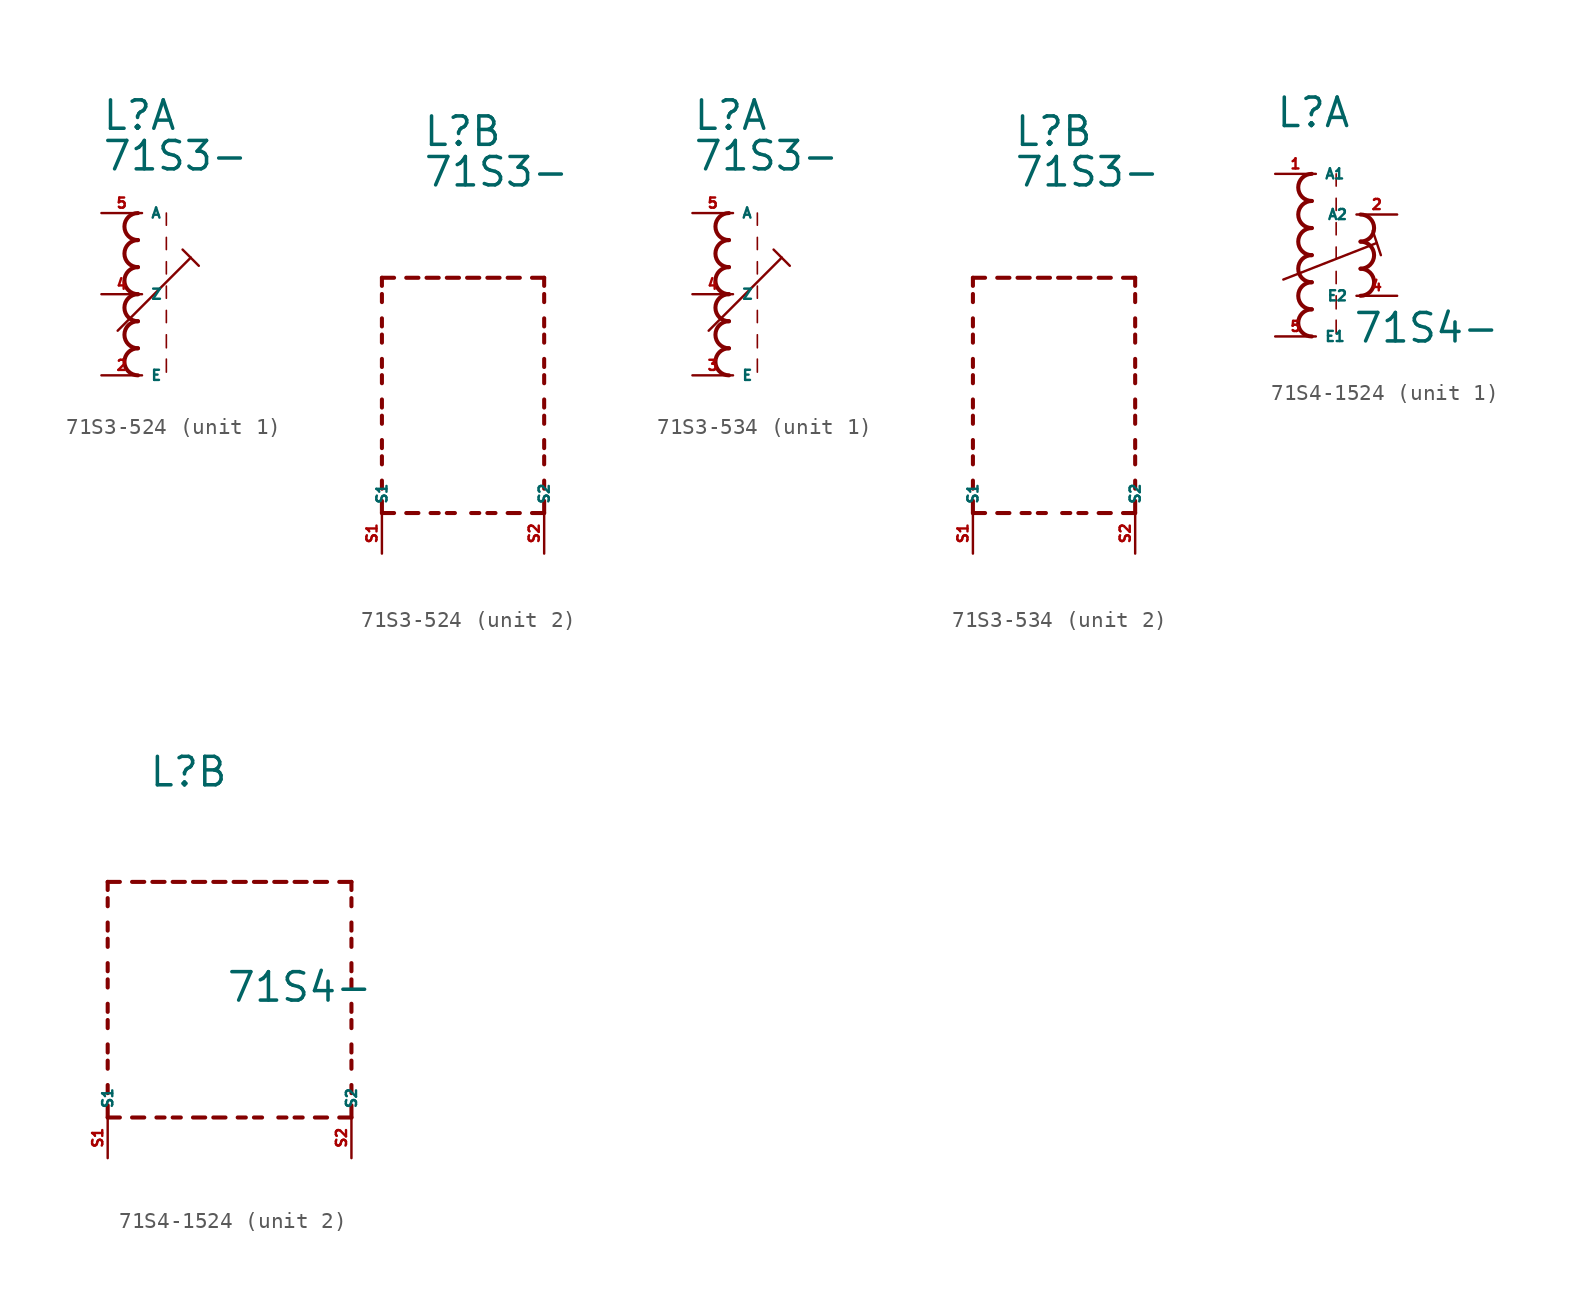
<source format=kicad_sym>
(kicad_symbol_lib
  (version 20220914)
  (generator kicad_symbol_editor)
  (symbol "71S3-524"
    (property "Reference" "L"
      (at -2.54 10.16 0)
      (effects (font (size 1.778 1.778) (thickness 0.22)) (justify left bottom)))
    (property "Value" "71S3-"
      (at -2.54 7.62 0)
      (effects (font (size 1.778 1.778) (thickness 0.22)) (justify left bottom)))
    (symbol "71S3-524_1_0"
      (arc (start -0.254 -3.3866) (mid -1.1004 -4.2333) (end -0.254 -5.08) (stroke (width 0.254) (type default)) (fill (type none)))
      (arc (start -0.254 -1.6932) (mid -1.1004 -2.5399) (end -0.254 -3.3866) (stroke (width 0.254) (type default)) (fill (type none)))
      (arc (start -0.254 0) (mid -1.1004 -0.8467) (end -0.254 -1.6934) (stroke (width 0.254) (type default)) (fill (type none)))
      (arc (start -0.254 1.6934) (mid -1.1004 0.8467) (end -0.254 0) (stroke (width 0.254) (type default)) (fill (type none)))
      (arc (start -0.254 3.3866) (mid -1.1002 2.54) (end -0.254 1.6934) (stroke (width 0.254) (type default)) (fill (type none)))
      (arc (start -0.254 5.08) (mid -1.1004 4.2333) (end -0.254 3.3866) (stroke (width 0.254) (type default)) (fill (type none)))
      (polyline (pts (xy -1.524 -2.286) (xy 3.048 2.286)) (stroke (width 0.152) (type default)) (fill (type none)))
      (polyline (pts (xy 1.524 -4.064) (xy 1.524 -4.88)) (stroke (width 0.102) (type default)) (fill (type none)))
      (polyline (pts (xy 1.524 -2.54) (xy 1.524 -3.356)) (stroke (width 0.102) (type default)) (fill (type none)))
      (polyline (pts (xy 1.524 -1.016) (xy 1.524 -1.778)) (stroke (width 0.102) (type default)) (fill (type none)))
      (polyline (pts (xy 1.524 0.508) (xy 1.524 -0.254)) (stroke (width 0.102) (type default)) (fill (type none)))
      (polyline (pts (xy 1.524 2.032) (xy 1.524 1.27)) (stroke (width 0.102) (type default)) (fill (type none)))
      (polyline (pts (xy 1.524 3.556) (xy 1.524 2.794)) (stroke (width 0.102) (type default)) (fill (type none)))
      (polyline (pts (xy 1.524 5.08) (xy 1.524 4.318)) (stroke (width 0.102) (type default)) (fill (type none)))
      (polyline (pts (xy 2.54 2.794) (xy 3.048 2.286)) (stroke (width 0.152) (type default)) (fill (type none)))
      (polyline (pts (xy 3.048 2.286) (xy 3.556 1.778)) (stroke (width 0.152) (type default)) (fill (type none)))
      (pin passive line (at -2.54 -5.08 0) (length 2.54) (name "E" (effects (font (size 0.635 0.635)))) (number "2" (effects (font (size 0.635 0.635)))))
      (pin passive line (at -2.54 0 0) (length 2.54) (name "Z" (effects (font (size 0.635 0.635)))) (number "4" (effects (font (size 0.635 0.635)))))
      (pin passive line (at -2.54 5.08 0) (length 2.54) (name "A" (effects (font (size 0.635 0.635)))) (number "5" (effects (font (size 0.635 0.635))))))
    (symbol "71S3-524_2_0"
      (polyline (pts (xy -5.08 -12.7) (xy -5.08 -11.938)) (stroke (width 0.254) (type default)) (fill (type none)))
      (polyline (pts (xy -5.08 -12.7) (xy -4.318 -12.7)) (stroke (width 0.254) (type default)) (fill (type none)))
      (polyline (pts (xy -5.08 -11.176) (xy -5.08 -10.668)) (stroke (width 0.254) (type default)) (fill (type none)))
      (polyline (pts (xy -5.08 -9.652) (xy -5.08 -9.144)) (stroke (width 0.254) (type default)) (fill (type none)))
      (polyline (pts (xy -5.08 -8.636) (xy -5.08 -8.128)) (stroke (width 0.254) (type default)) (fill (type none)))
      (polyline (pts (xy -5.08 -7.112) (xy -5.08 -6.604)) (stroke (width 0.254) (type default)) (fill (type none)))
      (polyline (pts (xy -5.08 -6.096) (xy -5.08 -5.588)) (stroke (width 0.254) (type default)) (fill (type none)))
      (polyline (pts (xy -5.08 -4.572) (xy -5.08 -4.064)) (stroke (width 0.254) (type default)) (fill (type none)))
      (polyline (pts (xy -5.08 -3.556) (xy -5.08 -3.048)) (stroke (width 0.254) (type default)) (fill (type none)))
      (polyline (pts (xy -5.08 -2.032) (xy -5.08 -1.524)) (stroke (width 0.254) (type default)) (fill (type none)))
      (polyline (pts (xy -5.08 -1.016) (xy -5.08 -0.508)) (stroke (width 0.254) (type default)) (fill (type none)))
      (polyline (pts (xy -5.08 0.508) (xy -5.08 1.016)) (stroke (width 0.254) (type default)) (fill (type none)))
      (polyline (pts (xy -5.08 1.524) (xy -5.08 2.032)) (stroke (width 0.254) (type default)) (fill (type none)))
      (polyline (pts (xy -5.08 2.032) (xy -4.318 2.032)) (stroke (width 0.254) (type default)) (fill (type none)))
      (polyline (pts (xy -3.556 -12.7) (xy -2.794 -12.7)) (stroke (width 0.254) (type default)) (fill (type none)))
      (polyline (pts (xy -3.556 2.032) (xy -2.794 2.032)) (stroke (width 0.254) (type default)) (fill (type none)))
      (polyline (pts (xy -1.524 -12.7) (xy -2.032 -12.7)) (stroke (width 0.254) (type default)) (fill (type none)))
      (polyline (pts (xy -1.524 2.032) (xy -2.286 2.032)) (stroke (width 0.254) (type default)) (fill (type none)))
      (polyline (pts (xy -1.016 2.032) (xy -0.254 2.032)) (stroke (width 0.254) (type default)) (fill (type none)))
      (polyline (pts (xy -0.508 -12.7) (xy -1.016 -12.7)) (stroke (width 0.254) (type default)) (fill (type none)))
      (polyline (pts (xy 1.016 -12.7) (xy 0.508 -12.7)) (stroke (width 0.254) (type default)) (fill (type none)))
      (polyline (pts (xy 1.016 2.032) (xy 0.254 2.032)) (stroke (width 0.254) (type default)) (fill (type none)))
      (polyline (pts (xy 1.524 2.032) (xy 2.286 2.032)) (stroke (width 0.254) (type default)) (fill (type none)))
      (polyline (pts (xy 2.032 -12.7) (xy 1.524 -12.7)) (stroke (width 0.254) (type default)) (fill (type none)))
      (polyline (pts (xy 3.556 -12.7) (xy 2.794 -12.7)) (stroke (width 0.254) (type default)) (fill (type none)))
      (polyline (pts (xy 3.556 2.032) (xy 2.794 2.032)) (stroke (width 0.254) (type default)) (fill (type none)))
      (polyline (pts (xy 5.08 -12.7) (xy 4.318 -12.7)) (stroke (width 0.254) (type default)) (fill (type none)))
      (polyline (pts (xy 5.08 -12.7) (xy 5.08 -11.938)) (stroke (width 0.254) (type default)) (fill (type none)))
      (polyline (pts (xy 5.08 -11.176) (xy 5.08 -10.668)) (stroke (width 0.254) (type default)) (fill (type none)))
      (polyline (pts (xy 5.08 -9.652) (xy 5.08 -9.144)) (stroke (width 0.254) (type default)) (fill (type none)))
      (polyline (pts (xy 5.08 -8.636) (xy 5.08 -8.128)) (stroke (width 0.254) (type default)) (fill (type none)))
      (polyline (pts (xy 5.08 -7.112) (xy 5.08 -6.604)) (stroke (width 0.254) (type default)) (fill (type none)))
      (polyline (pts (xy 5.08 -6.096) (xy 5.08 -5.588)) (stroke (width 0.254) (type default)) (fill (type none)))
      (polyline (pts (xy 5.08 -4.572) (xy 5.08 -4.064)) (stroke (width 0.254) (type default)) (fill (type none)))
      (polyline (pts (xy 5.08 -3.556) (xy 5.08 -3.048)) (stroke (width 0.254) (type default)) (fill (type none)))
      (polyline (pts (xy 5.08 -2.032) (xy 5.08 -1.524)) (stroke (width 0.254) (type default)) (fill (type none)))
      (polyline (pts (xy 5.08 -1.016) (xy 5.08 -0.508)) (stroke (width 0.254) (type default)) (fill (type none)))
      (polyline (pts (xy 5.08 0.508) (xy 5.08 1.016)) (stroke (width 0.254) (type default)) (fill (type none)))
      (polyline (pts (xy 5.08 1.524) (xy 5.08 2.032)) (stroke (width 0.254) (type default)) (fill (type none)))
      (polyline (pts (xy 5.08 2.032) (xy 4.318 2.032)) (stroke (width 0.254) (type default)) (fill (type none)))
      (pin passive line (at -5.08 -15.24 90) (length 2.54) (name "S1" (effects (font (size 0.635 0.635)))) (number "S1" (effects (font (size 0.635 0.635)))))
      (pin passive line (at 5.08 -15.24 90) (length 2.54) (name "S2" (effects (font (size 0.635 0.635)))) (number "S2" (effects (font (size 0.635 0.635)))))))
  (symbol "71S3-534"
    (property "Reference" "L"
      (at -2.54 10.16 0)
      (effects (font (size 1.778 1.778) (thickness 0.22)) (justify left bottom)))
    (property "Value" "71S3-"
      (at -2.54 7.62 0)
      (effects (font (size 1.778 1.778) (thickness 0.22)) (justify left bottom)))
    (symbol "71S3-534_1_0"
      (arc (start -0.254 -3.3866) (mid -1.1004 -4.2333) (end -0.254 -5.08) (stroke (width 0.254) (type default)) (fill (type none)))
      (arc (start -0.254 -1.6932) (mid -1.1004 -2.5399) (end -0.254 -3.3866) (stroke (width 0.254) (type default)) (fill (type none)))
      (arc (start -0.254 0) (mid -1.1004 -0.8467) (end -0.254 -1.6934) (stroke (width 0.254) (type default)) (fill (type none)))
      (arc (start -0.254 1.6934) (mid -1.1004 0.8467) (end -0.254 0) (stroke (width 0.254) (type default)) (fill (type none)))
      (arc (start -0.254 3.3866) (mid -1.1002 2.54) (end -0.254 1.6934) (stroke (width 0.254) (type default)) (fill (type none)))
      (arc (start -0.254 5.08) (mid -1.1004 4.2333) (end -0.254 3.3866) (stroke (width 0.254) (type default)) (fill (type none)))
      (polyline (pts (xy -1.524 -2.286) (xy 3.048 2.286)) (stroke (width 0.152) (type default)) (fill (type none)))
      (polyline (pts (xy 1.524 -4.064) (xy 1.524 -4.88)) (stroke (width 0.102) (type default)) (fill (type none)))
      (polyline (pts (xy 1.524 -2.54) (xy 1.524 -3.356)) (stroke (width 0.102) (type default)) (fill (type none)))
      (polyline (pts (xy 1.524 -1.016) (xy 1.524 -1.778)) (stroke (width 0.102) (type default)) (fill (type none)))
      (polyline (pts (xy 1.524 0.508) (xy 1.524 -0.254)) (stroke (width 0.102) (type default)) (fill (type none)))
      (polyline (pts (xy 1.524 2.032) (xy 1.524 1.27)) (stroke (width 0.102) (type default)) (fill (type none)))
      (polyline (pts (xy 1.524 3.556) (xy 1.524 2.794)) (stroke (width 0.102) (type default)) (fill (type none)))
      (polyline (pts (xy 1.524 5.08) (xy 1.524 4.318)) (stroke (width 0.102) (type default)) (fill (type none)))
      (polyline (pts (xy 2.54 2.794) (xy 3.048 2.286)) (stroke (width 0.152) (type default)) (fill (type none)))
      (polyline (pts (xy 3.048 2.286) (xy 3.556 1.778)) (stroke (width 0.152) (type default)) (fill (type none)))
      (pin passive line (at -2.54 -5.08 0) (length 2.54) (name "E" (effects (font (size 0.635 0.635)))) (number "3" (effects (font (size 0.635 0.635)))))
      (pin passive line (at -2.54 0 0) (length 2.54) (name "Z" (effects (font (size 0.635 0.635)))) (number "4" (effects (font (size 0.635 0.635)))))
      (pin passive line (at -2.54 5.08 0) (length 2.54) (name "A" (effects (font (size 0.635 0.635)))) (number "5" (effects (font (size 0.635 0.635))))))
    (symbol "71S3-534_2_0"
      (polyline (pts (xy -5.08 -12.7) (xy -5.08 -11.938)) (stroke (width 0.254) (type default)) (fill (type none)))
      (polyline (pts (xy -5.08 -12.7) (xy -4.318 -12.7)) (stroke (width 0.254) (type default)) (fill (type none)))
      (polyline (pts (xy -5.08 -11.176) (xy -5.08 -10.668)) (stroke (width 0.254) (type default)) (fill (type none)))
      (polyline (pts (xy -5.08 -9.652) (xy -5.08 -9.144)) (stroke (width 0.254) (type default)) (fill (type none)))
      (polyline (pts (xy -5.08 -8.636) (xy -5.08 -8.128)) (stroke (width 0.254) (type default)) (fill (type none)))
      (polyline (pts (xy -5.08 -7.112) (xy -5.08 -6.604)) (stroke (width 0.254) (type default)) (fill (type none)))
      (polyline (pts (xy -5.08 -6.096) (xy -5.08 -5.588)) (stroke (width 0.254) (type default)) (fill (type none)))
      (polyline (pts (xy -5.08 -4.572) (xy -5.08 -4.064)) (stroke (width 0.254) (type default)) (fill (type none)))
      (polyline (pts (xy -5.08 -3.556) (xy -5.08 -3.048)) (stroke (width 0.254) (type default)) (fill (type none)))
      (polyline (pts (xy -5.08 -2.032) (xy -5.08 -1.524)) (stroke (width 0.254) (type default)) (fill (type none)))
      (polyline (pts (xy -5.08 -1.016) (xy -5.08 -0.508)) (stroke (width 0.254) (type default)) (fill (type none)))
      (polyline (pts (xy -5.08 0.508) (xy -5.08 1.016)) (stroke (width 0.254) (type default)) (fill (type none)))
      (polyline (pts (xy -5.08 1.524) (xy -5.08 2.032)) (stroke (width 0.254) (type default)) (fill (type none)))
      (polyline (pts (xy -5.08 2.032) (xy -4.318 2.032)) (stroke (width 0.254) (type default)) (fill (type none)))
      (polyline (pts (xy -3.556 -12.7) (xy -2.794 -12.7)) (stroke (width 0.254) (type default)) (fill (type none)))
      (polyline (pts (xy -3.556 2.032) (xy -2.794 2.032)) (stroke (width 0.254) (type default)) (fill (type none)))
      (polyline (pts (xy -1.524 -12.7) (xy -2.032 -12.7)) (stroke (width 0.254) (type default)) (fill (type none)))
      (polyline (pts (xy -1.524 2.032) (xy -2.286 2.032)) (stroke (width 0.254) (type default)) (fill (type none)))
      (polyline (pts (xy -1.016 2.032) (xy -0.254 2.032)) (stroke (width 0.254) (type default)) (fill (type none)))
      (polyline (pts (xy -0.508 -12.7) (xy -1.016 -12.7)) (stroke (width 0.254) (type default)) (fill (type none)))
      (polyline (pts (xy 1.016 -12.7) (xy 0.508 -12.7)) (stroke (width 0.254) (type default)) (fill (type none)))
      (polyline (pts (xy 1.016 2.032) (xy 0.254 2.032)) (stroke (width 0.254) (type default)) (fill (type none)))
      (polyline (pts (xy 1.524 2.032) (xy 2.286 2.032)) (stroke (width 0.254) (type default)) (fill (type none)))
      (polyline (pts (xy 2.032 -12.7) (xy 1.524 -12.7)) (stroke (width 0.254) (type default)) (fill (type none)))
      (polyline (pts (xy 3.556 -12.7) (xy 2.794 -12.7)) (stroke (width 0.254) (type default)) (fill (type none)))
      (polyline (pts (xy 3.556 2.032) (xy 2.794 2.032)) (stroke (width 0.254) (type default)) (fill (type none)))
      (polyline (pts (xy 5.08 -12.7) (xy 4.318 -12.7)) (stroke (width 0.254) (type default)) (fill (type none)))
      (polyline (pts (xy 5.08 -12.7) (xy 5.08 -11.938)) (stroke (width 0.254) (type default)) (fill (type none)))
      (polyline (pts (xy 5.08 -11.176) (xy 5.08 -10.668)) (stroke (width 0.254) (type default)) (fill (type none)))
      (polyline (pts (xy 5.08 -9.652) (xy 5.08 -9.144)) (stroke (width 0.254) (type default)) (fill (type none)))
      (polyline (pts (xy 5.08 -8.636) (xy 5.08 -8.128)) (stroke (width 0.254) (type default)) (fill (type none)))
      (polyline (pts (xy 5.08 -7.112) (xy 5.08 -6.604)) (stroke (width 0.254) (type default)) (fill (type none)))
      (polyline (pts (xy 5.08 -6.096) (xy 5.08 -5.588)) (stroke (width 0.254) (type default)) (fill (type none)))
      (polyline (pts (xy 5.08 -4.572) (xy 5.08 -4.064)) (stroke (width 0.254) (type default)) (fill (type none)))
      (polyline (pts (xy 5.08 -3.556) (xy 5.08 -3.048)) (stroke (width 0.254) (type default)) (fill (type none)))
      (polyline (pts (xy 5.08 -2.032) (xy 5.08 -1.524)) (stroke (width 0.254) (type default)) (fill (type none)))
      (polyline (pts (xy 5.08 -1.016) (xy 5.08 -0.508)) (stroke (width 0.254) (type default)) (fill (type none)))
      (polyline (pts (xy 5.08 0.508) (xy 5.08 1.016)) (stroke (width 0.254) (type default)) (fill (type none)))
      (polyline (pts (xy 5.08 1.524) (xy 5.08 2.032)) (stroke (width 0.254) (type default)) (fill (type none)))
      (polyline (pts (xy 5.08 2.032) (xy 4.318 2.032)) (stroke (width 0.254) (type default)) (fill (type none)))
      (pin passive line (at -5.08 -15.24 90) (length 2.54) (name "S1" (effects (font (size 0.635 0.635)))) (number "S1" (effects (font (size 0.635 0.635)))))
      (pin passive line (at 5.08 -15.24 90) (length 2.54) (name "S2" (effects (font (size 0.635 0.635)))) (number "S2" (effects (font (size 0.635 0.635)))))))
  (symbol "71S4-1524"
    (property "Reference" "L"
      (at -2.54 7.874 0)
      (effects (font (size 1.778 1.778) (thickness 0.22)) (justify left bottom)))
    (property "Value" "71S4-"
      (at 2.286 -5.588 0)
      (effects (font (size 1.778 1.778) (thickness 0.22)) (justify left bottom)))
    (symbol "71S4-1524_1_0"
      (arc (start -0.254 -3.3866) (mid -1.1004 -4.2333) (end -0.254 -5.08) (stroke (width 0.254) (type default)) (fill (type none)))
      (arc (start -0.254 -1.6932) (mid -1.1004 -2.5399) (end -0.254 -3.3866) (stroke (width 0.254) (type default)) (fill (type none)))
      (arc (start -0.254 0) (mid -1.1004 -0.8467) (end -0.254 -1.6934) (stroke (width 0.254) (type default)) (fill (type none)))
      (arc (start -0.254 1.6934) (mid -1.1004 0.8467) (end -0.254 0) (stroke (width 0.254) (type default)) (fill (type none)))
      (arc (start -0.254 3.3866) (mid -1.1002 2.54) (end -0.254 1.6934) (stroke (width 0.254) (type default)) (fill (type none)))
      (arc (start -0.254 5.08) (mid -1.1004 4.2333) (end -0.254 3.3866) (stroke (width 0.254) (type default)) (fill (type none)))
      (polyline (pts (xy -2.032 -1.524) (xy 3.81 0.762)) (stroke (width 0.152) (type default)) (fill (type none)))
      (polyline (pts (xy 1.27 -4.064) (xy 1.27 -4.88)) (stroke (width 0.102) (type default)) (fill (type none)))
      (polyline (pts (xy 1.27 -2.54) (xy 1.27 -3.356)) (stroke (width 0.102) (type default)) (fill (type none)))
      (polyline (pts (xy 1.27 -1.016) (xy 1.27 -1.778)) (stroke (width 0.102) (type default)) (fill (type none)))
      (polyline (pts (xy 1.27 0.508) (xy 1.27 -0.254)) (stroke (width 0.102) (type default)) (fill (type none)))
      (polyline (pts (xy 1.27 2.032) (xy 1.27 1.27)) (stroke (width 0.102) (type default)) (fill (type none)))
      (polyline (pts (xy 1.27 3.556) (xy 1.27 2.794)) (stroke (width 0.102) (type default)) (fill (type none)))
      (polyline (pts (xy 1.27 5.08) (xy 1.27 4.318)) (stroke (width 0.102) (type default)) (fill (type none)))
      (polyline (pts (xy 3.556 1.524) (xy 4.064 0)) (stroke (width 0.152) (type default)) (fill (type none)))
      (arc (start 2.794 -2.54) (mid 3.6404 -1.6933) (end 2.794 -0.8466) (stroke (width 0.254) (type default)) (fill (type none)))
      (arc (start 2.794 -0.8466) (mid 3.6402 0) (end 2.794 0.8466) (stroke (width 0.254) (type default)) (fill (type none)))
      (arc (start 2.794 0.8466) (mid 3.6404 1.6933) (end 2.794 2.54) (stroke (width 0.254) (type default)) (fill (type none)))
      (pin passive line (at -2.54 5.08 0) (length 2.54) (name "A1" (effects (font (size 0.635 0.635)))) (number "1" (effects (font (size 0.635 0.635)))))
      (pin passive line (at 5.08 2.54 180) (length 2.54) (name "A2" (effects (font (size 0.635 0.635)))) (number "2" (effects (font (size 0.635 0.635)))))
      (pin passive line (at 5.08 -2.54 180) (length 2.54) (name "E2" (effects (font (size 0.635 0.635)))) (number "4" (effects (font (size 0.635 0.635)))))
      (pin passive line (at -2.54 -5.08 0) (length 2.54) (name "E1" (effects (font (size 0.635 0.635)))) (number "5" (effects (font (size 0.635 0.635))))))
    (symbol "71S4-1524_2_0"
      (polyline (pts (xy -5.08 -12.7) (xy -5.08 -11.938)) (stroke (width 0.254) (type default)) (fill (type none)))
      (polyline (pts (xy -5.08 -12.7) (xy -4.318 -12.7)) (stroke (width 0.254) (type default)) (fill (type none)))
      (polyline (pts (xy -5.08 -11.176) (xy -5.08 -10.668)) (stroke (width 0.254) (type default)) (fill (type none)))
      (polyline (pts (xy -5.08 -9.652) (xy -5.08 -9.144)) (stroke (width 0.254) (type default)) (fill (type none)))
      (polyline (pts (xy -5.08 -8.636) (xy -5.08 -8.128)) (stroke (width 0.254) (type default)) (fill (type none)))
      (polyline (pts (xy -5.08 -7.112) (xy -5.08 -6.604)) (stroke (width 0.254) (type default)) (fill (type none)))
      (polyline (pts (xy -5.08 -6.096) (xy -5.08 -5.588)) (stroke (width 0.254) (type default)) (fill (type none)))
      (polyline (pts (xy -5.08 -4.572) (xy -5.08 -4.064)) (stroke (width 0.254) (type default)) (fill (type none)))
      (polyline (pts (xy -5.08 -3.556) (xy -5.08 -3.048)) (stroke (width 0.254) (type default)) (fill (type none)))
      (polyline (pts (xy -5.08 -2.032) (xy -5.08 -1.524)) (stroke (width 0.254) (type default)) (fill (type none)))
      (polyline (pts (xy -5.08 -1.016) (xy -5.08 -0.508)) (stroke (width 0.254) (type default)) (fill (type none)))
      (polyline (pts (xy -5.08 0.508) (xy -5.08 1.016)) (stroke (width 0.254) (type default)) (fill (type none)))
      (polyline (pts (xy -5.08 1.524) (xy -5.08 2.032)) (stroke (width 0.254) (type default)) (fill (type none)))
      (polyline (pts (xy -5.08 2.032) (xy -4.318 2.032)) (stroke (width 0.254) (type default)) (fill (type none)))
      (polyline (pts (xy -3.556 -12.7) (xy -2.794 -12.7)) (stroke (width 0.254) (type default)) (fill (type none)))
      (polyline (pts (xy -3.556 2.032) (xy -2.794 2.032)) (stroke (width 0.254) (type default)) (fill (type none)))
      (polyline (pts (xy -1.524 -12.7) (xy -2.032 -12.7)) (stroke (width 0.254) (type default)) (fill (type none)))
      (polyline (pts (xy -1.524 2.032) (xy -2.286 2.032)) (stroke (width 0.254) (type default)) (fill (type none)))
      (polyline (pts (xy -1.016 2.032) (xy -0.254 2.032)) (stroke (width 0.254) (type default)) (fill (type none)))
      (polyline (pts (xy -0.508 -12.7) (xy -1.016 -12.7)) (stroke (width 0.254) (type default)) (fill (type none)))
      (polyline (pts (xy 1.016 -12.7) (xy 0.254 -12.7)) (stroke (width 0.254) (type default)) (fill (type none)))
      (polyline (pts (xy 1.016 2.032) (xy 0.254 2.032)) (stroke (width 0.254) (type default)) (fill (type none)))
      (polyline (pts (xy 1.524 -12.7) (xy 2.286 -12.7)) (stroke (width 0.254) (type default)) (fill (type none)))
      (polyline (pts (xy 1.524 2.032) (xy 2.286 2.032)) (stroke (width 0.254) (type default)) (fill (type none)))
      (polyline (pts (xy 3.556 -12.7) (xy 3.048 -12.7)) (stroke (width 0.254) (type default)) (fill (type none)))
      (polyline (pts (xy 3.556 2.032) (xy 2.794 2.032)) (stroke (width 0.254) (type default)) (fill (type none)))
      (polyline (pts (xy 4.064 2.032) (xy 4.826 2.032)) (stroke (width 0.254) (type default)) (fill (type none)))
      (polyline (pts (xy 4.572 -12.7) (xy 4.064 -12.7)) (stroke (width 0.254) (type default)) (fill (type none)))
      (polyline (pts (xy 6.096 -12.7) (xy 5.588 -12.7)) (stroke (width 0.254) (type default)) (fill (type none)))
      (polyline (pts (xy 6.096 2.032) (xy 5.334 2.032)) (stroke (width 0.254) (type default)) (fill (type none)))
      (polyline (pts (xy 6.604 2.032) (xy 7.366 2.032)) (stroke (width 0.254) (type default)) (fill (type none)))
      (polyline (pts (xy 7.112 -12.7) (xy 6.604 -12.7)) (stroke (width 0.254) (type default)) (fill (type none)))
      (polyline (pts (xy 8.636 -12.7) (xy 7.874 -12.7)) (stroke (width 0.254) (type default)) (fill (type none)))
      (polyline (pts (xy 8.636 2.032) (xy 7.874 2.032)) (stroke (width 0.254) (type default)) (fill (type none)))
      (polyline (pts (xy 10.16 -12.7) (xy 9.398 -12.7)) (stroke (width 0.254) (type default)) (fill (type none)))
      (polyline (pts (xy 10.16 -12.7) (xy 10.16 -11.938)) (stroke (width 0.254) (type default)) (fill (type none)))
      (polyline (pts (xy 10.16 -11.176) (xy 10.16 -10.668)) (stroke (width 0.254) (type default)) (fill (type none)))
      (polyline (pts (xy 10.16 -9.652) (xy 10.16 -9.144)) (stroke (width 0.254) (type default)) (fill (type none)))
      (polyline (pts (xy 10.16 -8.636) (xy 10.16 -8.128)) (stroke (width 0.254) (type default)) (fill (type none)))
      (polyline (pts (xy 10.16 -7.112) (xy 10.16 -6.604)) (stroke (width 0.254) (type default)) (fill (type none)))
      (polyline (pts (xy 10.16 -6.096) (xy 10.16 -5.588)) (stroke (width 0.254) (type default)) (fill (type none)))
      (polyline (pts (xy 10.16 -4.572) (xy 10.16 -4.064)) (stroke (width 0.254) (type default)) (fill (type none)))
      (polyline (pts (xy 10.16 -3.556) (xy 10.16 -3.048)) (stroke (width 0.254) (type default)) (fill (type none)))
      (polyline (pts (xy 10.16 -2.032) (xy 10.16 -1.524)) (stroke (width 0.254) (type default)) (fill (type none)))
      (polyline (pts (xy 10.16 -1.016) (xy 10.16 -0.508)) (stroke (width 0.254) (type default)) (fill (type none)))
      (polyline (pts (xy 10.16 0.508) (xy 10.16 1.016)) (stroke (width 0.254) (type default)) (fill (type none)))
      (polyline (pts (xy 10.16 1.524) (xy 10.16 2.032)) (stroke (width 0.254) (type default)) (fill (type none)))
      (polyline (pts (xy 10.16 2.032) (xy 9.398 2.032)) (stroke (width 0.254) (type default)) (fill (type none)))
      (pin passive line (at -5.08 -15.24 90) (length 2.54) (name "S1" (effects (font (size 0.635 0.635)))) (number "S1" (effects (font (size 0.635 0.635)))))
      (pin passive line (at 10.16 -15.24 90) (length 2.54) (name "S2" (effects (font (size 0.635 0.635)))) (number "S2" (effects (font (size 0.635 0.635))))))))
</source>
